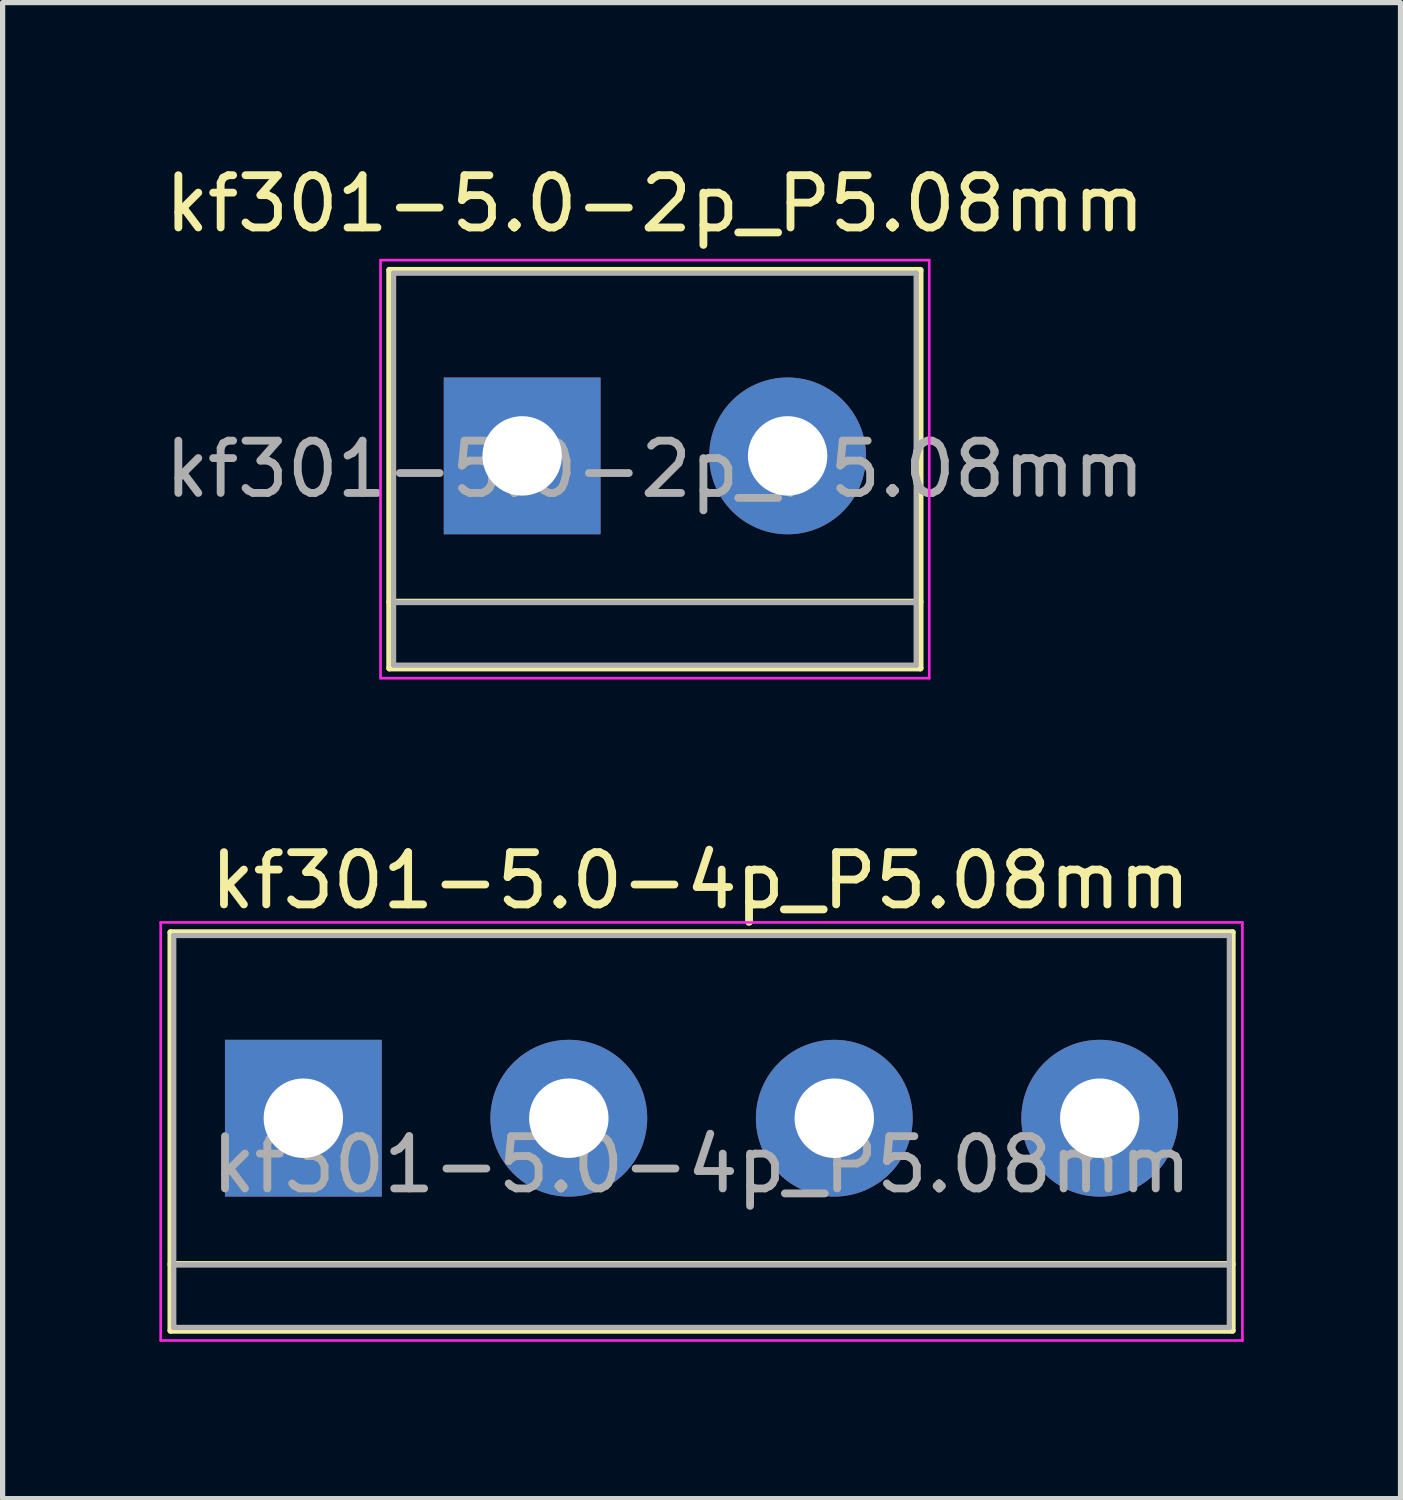
<source format=kicad_pcb>
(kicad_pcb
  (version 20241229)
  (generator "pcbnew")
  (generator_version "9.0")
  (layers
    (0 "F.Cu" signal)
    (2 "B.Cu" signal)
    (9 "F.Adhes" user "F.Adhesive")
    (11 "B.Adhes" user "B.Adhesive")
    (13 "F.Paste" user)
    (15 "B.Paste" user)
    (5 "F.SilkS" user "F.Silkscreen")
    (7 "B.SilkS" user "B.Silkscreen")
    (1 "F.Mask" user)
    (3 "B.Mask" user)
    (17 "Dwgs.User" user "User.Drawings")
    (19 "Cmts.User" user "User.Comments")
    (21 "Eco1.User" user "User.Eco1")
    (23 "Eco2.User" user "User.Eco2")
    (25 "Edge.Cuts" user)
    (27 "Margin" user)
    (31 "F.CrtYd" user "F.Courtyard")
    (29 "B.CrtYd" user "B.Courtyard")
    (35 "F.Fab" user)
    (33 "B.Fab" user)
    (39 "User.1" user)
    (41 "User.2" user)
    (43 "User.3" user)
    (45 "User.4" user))
  (footprint "kf301-5.0-2p_P5.08mm"
    (layer "F.Cu")
    (at 6.942 5.674)
    (property "Reference" "kf301-5.0-2p_P5.08mm" (at 2.54 -4.826 0) (layer "F.SilkS") (effects (font (size 1 1) (thickness 0.15))))
    (attr through_hole)
    (fp_line (start -2.54 -3.556) (end -2.54 4.064) (stroke (width 0.12) (type solid)) (layer "F.SilkS"))
    (fp_line (start -2.54 4.064) (end 7.62 4.064) (stroke (width 0.12) (type solid)) (layer "F.SilkS"))
    (fp_line (start 7.62 -3.556) (end -2.54 -3.556) (stroke (width 0.12) (type solid)) (layer "F.SilkS"))
    (fp_line (start 7.62 2.794) (end -2.54 2.794) (stroke (width 0.12) (type solid)) (layer "F.SilkS"))
    (fp_line (start 7.62 4.064) (end 7.62 -3.556) (stroke (width 0.12) (type solid)) (layer "F.SilkS"))
    (fp_line (start -2.71 -3.746) (end -2.71 4.254) (stroke (width 0.05) (type solid)) (layer "F.CrtYd"))
    (fp_line (start -2.71 -3.746) (end 7.79 -3.746) (stroke (width 0.05) (type solid)) (layer "F.CrtYd"))
    (fp_line (start 7.79 4.254) (end -2.71 4.254) (stroke (width 0.05) (type solid)) (layer "F.CrtYd"))
    (fp_line (start 7.79 4.254) (end 7.79 -3.746) (stroke (width 0.05) (type solid)) (layer "F.CrtYd"))
    (fp_line (start -2.46 -3.496) (end -2.46 4.004) (stroke (width 0.1) (type solid)) (layer "F.Fab"))
    (fp_line (start -2.46 4.004) (end 7.54 4.004) (stroke (width 0.1) (type solid)) (layer "F.Fab"))
    (fp_line (start -2.41 2.804) (end 7.49 2.804) (stroke (width 0.1) (type solid)) (layer "F.Fab"))
    (fp_line (start 7.54 -3.496) (end -2.46 -3.496) (stroke (width 0.1) (type solid)) (layer "F.Fab"))
    (fp_line (start 7.54 4.004) (end 7.54 -3.496) (stroke (width 0.1) (type solid)) (layer "F.Fab"))
    (fp_text user "${REFERENCE}" (at 2.54 0.254 0) (layer "F.Fab") (effects (font (size 1 1) (thickness 0.15))))
    (pad "1" thru_hole rect (at 0 0) (size 3 3) (drill 1.52) (layers "*.Cu" "*.Mask"))
    (pad "2" thru_hole circle (at 5.08 0) (size 3 3) (drill 1.52) (layers "*.Cu" "*.Mask")))
  (footprint "kf301-5.0-4p_P5.08mm"
    (layer "F.Cu")
    (at 2.755 18.348)
    (property "Reference" "kf301-5.0-4p_P5.08mm" (at 7.6 -4.546 0) (layer "F.SilkS") (effects (font (size 1 1) (thickness 0.15))))
    (attr through_hole)
    (fp_line (start -2.54 -3.556) (end -2.54 4.064) (stroke (width 0.12) (type solid)) (layer "F.SilkS"))
    (fp_line (start -2.54 -3.556) (end 17.78 -3.556) (stroke (width 0.12) (type solid)) (layer "F.SilkS"))
    (fp_line (start -2.54 4.064) (end 17.78 4.064) (stroke (width 0.12) (type solid)) (layer "F.SilkS"))
    (fp_line (start 17.78 2.794) (end -2.54 2.794) (stroke (width 0.12) (type solid)) (layer "F.SilkS"))
    (fp_line (start 17.78 4.064) (end 17.78 -3.556) (stroke (width 0.12) (type solid)) (layer "F.SilkS"))
    (fp_line (start -2.73 -3.746) (end -2.73 4.254) (stroke (width 0.05) (type solid)) (layer "F.CrtYd"))
    (fp_line (start -2.73 -3.746) (end 17.97 -3.746) (stroke (width 0.05) (type solid)) (layer "F.CrtYd"))
    (fp_line (start 17.97 4.254) (end -2.73 4.254) (stroke (width 0.05) (type solid)) (layer "F.CrtYd"))
    (fp_line (start 17.97 4.254) (end 17.97 -3.746) (stroke (width 0.05) (type solid)) (layer "F.CrtYd"))
    (fp_line (start -2.48 -3.496) (end 17.72 -3.496) (stroke (width 0.1) (type solid)) (layer "F.Fab"))
    (fp_line (start -2.48 2.804) (end 17.72 2.804) (stroke (width 0.1) (type solid)) (layer "F.Fab"))
    (fp_line (start -2.48 4.004) (end -2.48 -3.496) (stroke (width 0.1) (type solid)) (layer "F.Fab"))
    (fp_line (start -2.43 4.004) (end -2.48 4.004) (stroke (width 0.1) (type solid)) (layer "F.Fab"))
    (fp_line (start 17.72 -3.496) (end 17.72 4.004) (stroke (width 0.1) (type solid)) (layer "F.Fab"))
    (fp_line (start 17.72 4.004) (end -2.43 4.004) (stroke (width 0.1) (type solid)) (layer "F.Fab"))
    (fp_text user "${REFERENCE}" (at 7.62 0.889 0) (layer "F.Fab") (effects (font (size 1 1) (thickness 0.15))))
    (pad "1" thru_hole rect (at 0 0) (size 3 3) (drill 1.52) (layers "*.Cu" "*.Mask"))
    (pad "2" thru_hole circle (at 5.08 0) (size 3 3) (drill 1.52) (layers "*.Cu" "*.Mask"))
    (pad "3" thru_hole circle (at 10.16 0) (size 3 3) (drill 1.52) (layers "*.Cu" "*.Mask"))
    (pad "4" thru_hole circle (at 15.24 0) (size 3 3) (drill 1.52) (layers "*.Cu" "*.Mask")))
  (gr_rect
    (start -3 -3)
    (end 23.75 25.627)
    (stroke (width 0.1) (type default))
    (fill no)
    (layer "Edge.Cuts")))
</source>
